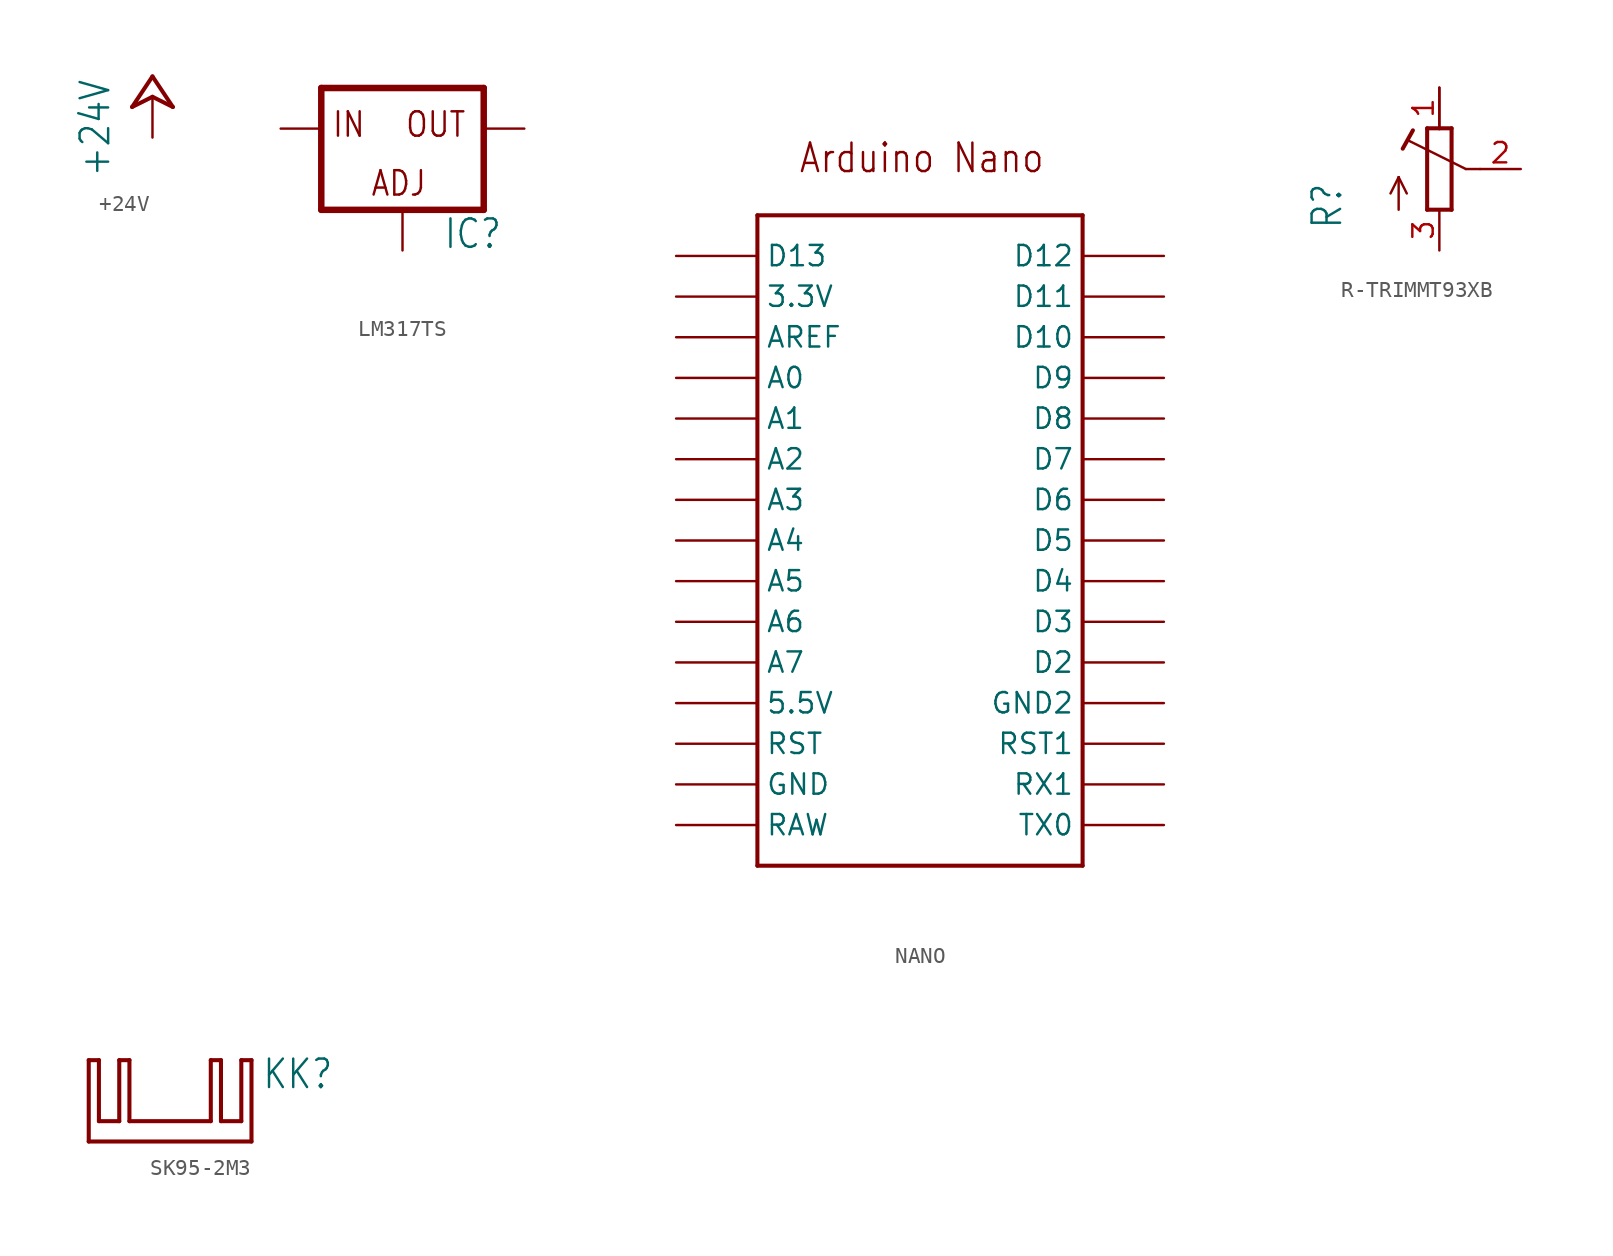
<source format=kicad_sym>
(kicad_symbol_lib
  (version 20220914)
  (generator kicad_symbol_editor)
  (symbol "+24V"
    (power)
    (property "Reference" "#P+"
      (at 0 0 0)
      (effects (font (size 1.27 1.27)) hide))
    (property "Value" "+24V"
      (at -2.54 -5.08 90)
      (effects (font (size 1.778 1.511)) (justify left bottom)))
    (property "ki_locked" ""
      (at 0 0 0)
      (effects (font (size 1.27 1.27))))
    (symbol "+24V_1_0"
      (polyline (pts (xy 0 0) (xy -1.27 -0.635)) (stroke (width 0.254) (type solid)) (fill (type none)))
      (polyline (pts (xy 0 1.27) (xy -1.27 -0.635)) (stroke (width 0.254) (type solid)) (fill (type none)))
      (polyline (pts (xy 1.27 -0.635) (xy 0 0)) (stroke (width 0.254) (type solid)) (fill (type none)))
      (polyline (pts (xy 1.27 -0.635) (xy 0 1.27)) (stroke (width 0.254) (type solid)) (fill (type none)))
      (pin power_in line (at 0 -2.54 90) (length 2.54) (name "+24V" (effects (font (size 0 0)))) (number "1" (effects (font (size 0 0)))))))
  (symbol "LM317TS"
    (property "Reference" "IC"
      (at 2.54 -7.62 0)
      (effects (font (size 1.778 1.511)) (justify left bottom)))
    (property "Value" ""
      (at 2.54 -10.16 0)
      (effects (font (size 1.778 1.511)) (justify left bottom)))
    (property "ki_locked" ""
      (at 0 0 0)
      (effects (font (size 1.27 1.27))))
    (symbol "LM317TS_1_0"
      (polyline (pts (xy -5.08 -5.08) (xy 5.08 -5.08)) (stroke (width 0.406) (type solid)) (fill (type none)))
      (polyline (pts (xy -5.08 2.54) (xy -5.08 -5.08)) (stroke (width 0.406) (type solid)) (fill (type none)))
      (polyline (pts (xy 5.08 -5.08) (xy 5.08 2.54)) (stroke (width 0.406) (type solid)) (fill (type none)))
      (polyline (pts (xy 5.08 2.54) (xy -5.08 2.54)) (stroke (width 0.406) (type solid)) (fill (type none)))
      (text "ADJ" (at -2.032 -4.318 0) (effects (font (size 1.524 1.295)) (justify left bottom)))
      (text "IN" (at -4.445 -0.635 0) (effects (font (size 1.524 1.295)) (justify left bottom)))
      (text "OUT" (at 0.127 -0.635 0) (effects (font (size 1.524 1.295)) (justify left bottom)))
      (pin input line (at 0 -7.62 90) (length 2.54) (name "ADJ" (effects (font (size 0 0)))) (number "1" (effects (font (size 0 0)))))
      (pin passive line (at 7.62 0 180) (length 2.54) (name "OUT" (effects (font (size 0 0)))) (number "2" (effects (font (size 0 0)))))
      (pin input line (at -7.62 0 0) (length 2.54) (name "IN" (effects (font (size 0 0)))) (number "3" (effects (font (size 0 0)))))))
  (symbol "NANO"
    (property "Reference" ""
      (at 0 0 0)
      (effects (font (size 1.27 1.27)) hide))
    (property "ki_locked" ""
      (at 0 0 0)
      (effects (font (size 1.27 1.27))))
    (symbol "NANO_1_0"
      (polyline (pts (xy -10.16 -22.86) (xy 10.16 -22.86)) (stroke (width 0.254) (type solid)) (fill (type none)))
      (polyline (pts (xy -10.16 17.78) (xy -10.16 -22.86)) (stroke (width 0.254) (type solid)) (fill (type none)))
      (polyline (pts (xy 10.16 -22.86) (xy 10.16 17.78)) (stroke (width 0.254) (type solid)) (fill (type none)))
      (polyline (pts (xy 10.16 17.78) (xy -10.16 17.78)) (stroke (width 0.254) (type solid)) (fill (type none)))
      (text "Arduino Nano" (at -7.62 20.32 0) (effects (font (size 1.778 1.511)) (justify left bottom)))
      (pin bidirectional line (at -15.24 12.7 0) (length 5.08) (name "3.3V" (effects (font (size 1.27 1.27)))) (number "3.3V" (effects (font (size 0 0)))))
      (pin bidirectional line (at -15.24 -12.7 0) (length 5.08) (name "5.5V" (effects (font (size 1.27 1.27)))) (number "5V" (effects (font (size 0 0)))))
      (pin bidirectional line (at -15.24 7.62 0) (length 5.08) (name "A0" (effects (font (size 1.27 1.27)))) (number "A0" (effects (font (size 0 0)))))
      (pin bidirectional line (at -15.24 5.08 0) (length 5.08) (name "A1" (effects (font (size 1.27 1.27)))) (number "A1" (effects (font (size 0 0)))))
      (pin bidirectional line (at -15.24 2.54 0) (length 5.08) (name "A2" (effects (font (size 1.27 1.27)))) (number "A2" (effects (font (size 0 0)))))
      (pin bidirectional line (at -15.24 0 0) (length 5.08) (name "A3" (effects (font (size 1.27 1.27)))) (number "A3" (effects (font (size 0 0)))))
      (pin bidirectional line (at -15.24 -2.54 0) (length 5.08) (name "A4" (effects (font (size 1.27 1.27)))) (number "A4" (effects (font (size 0 0)))))
      (pin bidirectional line (at -15.24 -5.08 0) (length 5.08) (name "A5" (effects (font (size 1.27 1.27)))) (number "A5" (effects (font (size 0 0)))))
      (pin bidirectional line (at -15.24 -7.62 0) (length 5.08) (name "A6" (effects (font (size 1.27 1.27)))) (number "A6" (effects (font (size 0 0)))))
      (pin bidirectional line (at -15.24 -10.16 0) (length 5.08) (name "A7" (effects (font (size 1.27 1.27)))) (number "A7" (effects (font (size 0 0)))))
      (pin bidirectional line (at -15.24 10.16 0) (length 5.08) (name "AREF" (effects (font (size 1.27 1.27)))) (number "AREF" (effects (font (size 0 0)))))
      (pin bidirectional line (at 15.24 10.16 180) (length 5.08) (name "D10" (effects (font (size 1.27 1.27)))) (number "D10" (effects (font (size 0 0)))))
      (pin bidirectional line (at 15.24 12.7 180) (length 5.08) (name "D11" (effects (font (size 1.27 1.27)))) (number "D11" (effects (font (size 0 0)))))
      (pin bidirectional line (at 15.24 15.24 180) (length 5.08) (name "D12" (effects (font (size 1.27 1.27)))) (number "D12" (effects (font (size 0 0)))))
      (pin bidirectional line (at -15.24 15.24 0) (length 5.08) (name "D13" (effects (font (size 1.27 1.27)))) (number "D13" (effects (font (size 0 0)))))
      (pin bidirectional line (at 15.24 -10.16 180) (length 5.08) (name "D2" (effects (font (size 1.27 1.27)))) (number "D2" (effects (font (size 0 0)))))
      (pin bidirectional line (at 15.24 -7.62 180) (length 5.08) (name "D3" (effects (font (size 1.27 1.27)))) (number "D3" (effects (font (size 0 0)))))
      (pin bidirectional line (at 15.24 -5.08 180) (length 5.08) (name "D4" (effects (font (size 1.27 1.27)))) (number "D4" (effects (font (size 0 0)))))
      (pin bidirectional line (at 15.24 -2.54 180) (length 5.08) (name "D5" (effects (font (size 1.27 1.27)))) (number "D5" (effects (font (size 0 0)))))
      (pin bidirectional line (at 15.24 0 180) (length 5.08) (name "D6" (effects (font (size 1.27 1.27)))) (number "D6" (effects (font (size 0 0)))))
      (pin bidirectional line (at 15.24 2.54 180) (length 5.08) (name "D7" (effects (font (size 1.27 1.27)))) (number "D7" (effects (font (size 0 0)))))
      (pin bidirectional line (at 15.24 5.08 180) (length 5.08) (name "D8" (effects (font (size 1.27 1.27)))) (number "D8" (effects (font (size 0 0)))))
      (pin bidirectional line (at 15.24 7.62 180) (length 5.08) (name "D9" (effects (font (size 1.27 1.27)))) (number "D9" (effects (font (size 0 0)))))
      (pin bidirectional line (at -15.24 -17.78 0) (length 5.08) (name "GND" (effects (font (size 1.27 1.27)))) (number "GND" (effects (font (size 0 0)))))
      (pin bidirectional line (at 15.24 -12.7 180) (length 5.08) (name "GND2" (effects (font (size 1.27 1.27)))) (number "GND1" (effects (font (size 0 0)))))
      (pin bidirectional line (at -15.24 -20.32 0) (length 5.08) (name "RAW" (effects (font (size 1.27 1.27)))) (number "RAW" (effects (font (size 0 0)))))
      (pin bidirectional line (at -15.24 -15.24 0) (length 5.08) (name "RST" (effects (font (size 1.27 1.27)))) (number "RST" (effects (font (size 0 0)))))
      (pin bidirectional line (at 15.24 -15.24 180) (length 5.08) (name "RST1" (effects (font (size 1.27 1.27)))) (number "RST1" (effects (font (size 0 0)))))
      (pin bidirectional line (at 15.24 -17.78 180) (length 5.08) (name "RX1" (effects (font (size 1.27 1.27)))) (number "RX1" (effects (font (size 0 0)))))
      (pin bidirectional line (at 15.24 -20.32 180) (length 5.08) (name "TX0" (effects (font (size 1.27 1.27)))) (number "TX0" (effects (font (size 0 0)))))))
  (symbol "R-TRIMMT93XB"
    (property "Reference" "R"
      (at -5.969 -3.81 90)
      (effects (font (size 1.778 1.511)) (justify left bottom)))
    (property "Value" ""
      (at -3.81 -3.81 90)
      (effects (font (size 1.778 1.511)) (justify left bottom)))
    (property "ki_locked" ""
      (at 0 0 0)
      (effects (font (size 1.27 1.27))))
    (symbol "R-TRIMMT93XB_1_0"
      (polyline (pts (xy -2.54 -2.54) (xy -2.54 -0.508)) (stroke (width 0.152) (type solid)) (fill (type none)))
      (polyline (pts (xy -2.54 -0.508) (xy -3.048 -1.524)) (stroke (width 0.152) (type solid)) (fill (type none)))
      (polyline (pts (xy -2.54 -0.508) (xy -2.032 -1.524)) (stroke (width 0.152) (type solid)) (fill (type none)))
      (polyline (pts (xy -2.286 1.27) (xy -1.651 2.413)) (stroke (width 0.254) (type solid)) (fill (type none)))
      (polyline (pts (xy -0.762 -2.54) (xy 0.762 -2.54)) (stroke (width 0.254) (type solid)) (fill (type none)))
      (polyline (pts (xy -0.762 2.54) (xy -0.762 -2.54)) (stroke (width 0.254) (type solid)) (fill (type none)))
      (polyline (pts (xy 0 2.54) (xy -0.762 2.54)) (stroke (width 0.254) (type solid)) (fill (type none)))
      (polyline (pts (xy 0 2.54) (xy 0 5.08)) (stroke (width 0.152) (type solid)) (fill (type none)))
      (polyline (pts (xy 0.762 -2.54) (xy 0.762 2.54)) (stroke (width 0.254) (type solid)) (fill (type none)))
      (polyline (pts (xy 0.762 2.54) (xy 0 2.54)) (stroke (width 0.254) (type solid)) (fill (type none)))
      (polyline (pts (xy 1.651 0) (xy -1.88 1.753)) (stroke (width 0.152) (type solid)) (fill (type none)))
      (polyline (pts (xy 2.54 0) (xy 1.651 0)) (stroke (width 0.152) (type solid)) (fill (type none)))
      (pin passive line (at 0 5.08 270) (length 2.54) (name "E" (effects (font (size 0 0)))) (number "1" (effects (font (size 1.27 1.27)))))
      (pin passive line (at 5.08 0 180) (length 2.54) (name "S" (effects (font (size 0 0)))) (number "2" (effects (font (size 1.27 1.27)))))
      (pin passive line (at 0 -5.08 90) (length 2.54) (name "A" (effects (font (size 0 0)))) (number "3" (effects (font (size 1.27 1.27)))))))
  (symbol "SK95-2M3"
    (property "Reference" "KK"
      (at 5.715 3.175 0)
      (effects (font (size 1.778 1.511)) (justify left bottom)))
    (property "Value" ""
      (at 5.715 0.635 0)
      (effects (font (size 1.778 1.511)) (justify left bottom)))
    (property "ki_locked" ""
      (at 0 0 0)
      (effects (font (size 1.27 1.27))))
    (symbol "SK95-2M3_1_0"
      (polyline (pts (xy -5.08 0) (xy 5.08 0)) (stroke (width 0.254) (type solid)) (fill (type none)))
      (polyline (pts (xy -5.08 5.08) (xy -5.08 0)) (stroke (width 0.254) (type solid)) (fill (type none)))
      (polyline (pts (xy -4.445 1.27) (xy -4.445 5.08)) (stroke (width 0.254) (type solid)) (fill (type none)))
      (polyline (pts (xy -4.445 5.08) (xy -5.08 5.08)) (stroke (width 0.254) (type solid)) (fill (type none)))
      (polyline (pts (xy -3.175 1.27) (xy -4.445 1.27)) (stroke (width 0.254) (type solid)) (fill (type none)))
      (polyline (pts (xy -3.175 5.08) (xy -3.175 1.27)) (stroke (width 0.254) (type solid)) (fill (type none)))
      (polyline (pts (xy -2.54 1.27) (xy -2.54 5.08)) (stroke (width 0.254) (type solid)) (fill (type none)))
      (polyline (pts (xy -2.54 5.08) (xy -3.175 5.08)) (stroke (width 0.254) (type solid)) (fill (type none)))
      (polyline (pts (xy 2.54 1.27) (xy -2.54 1.27)) (stroke (width 0.254) (type solid)) (fill (type none)))
      (polyline (pts (xy 2.54 5.08) (xy 2.54 1.27)) (stroke (width 0.254) (type solid)) (fill (type none)))
      (polyline (pts (xy 3.175 1.27) (xy 3.175 5.08)) (stroke (width 0.254) (type solid)) (fill (type none)))
      (polyline (pts (xy 3.175 5.08) (xy 2.54 5.08)) (stroke (width 0.254) (type solid)) (fill (type none)))
      (polyline (pts (xy 4.445 1.27) (xy 3.175 1.27)) (stroke (width 0.254) (type solid)) (fill (type none)))
      (polyline (pts (xy 4.445 5.08) (xy 4.445 1.27)) (stroke (width 0.254) (type solid)) (fill (type none)))
      (polyline (pts (xy 5.08 0) (xy 5.08 5.08)) (stroke (width 0.254) (type solid)) (fill (type none)))
      (polyline (pts (xy 5.08 5.08) (xy 4.445 5.08)) (stroke (width 0.254) (type solid)) (fill (type none))))))
</source>
